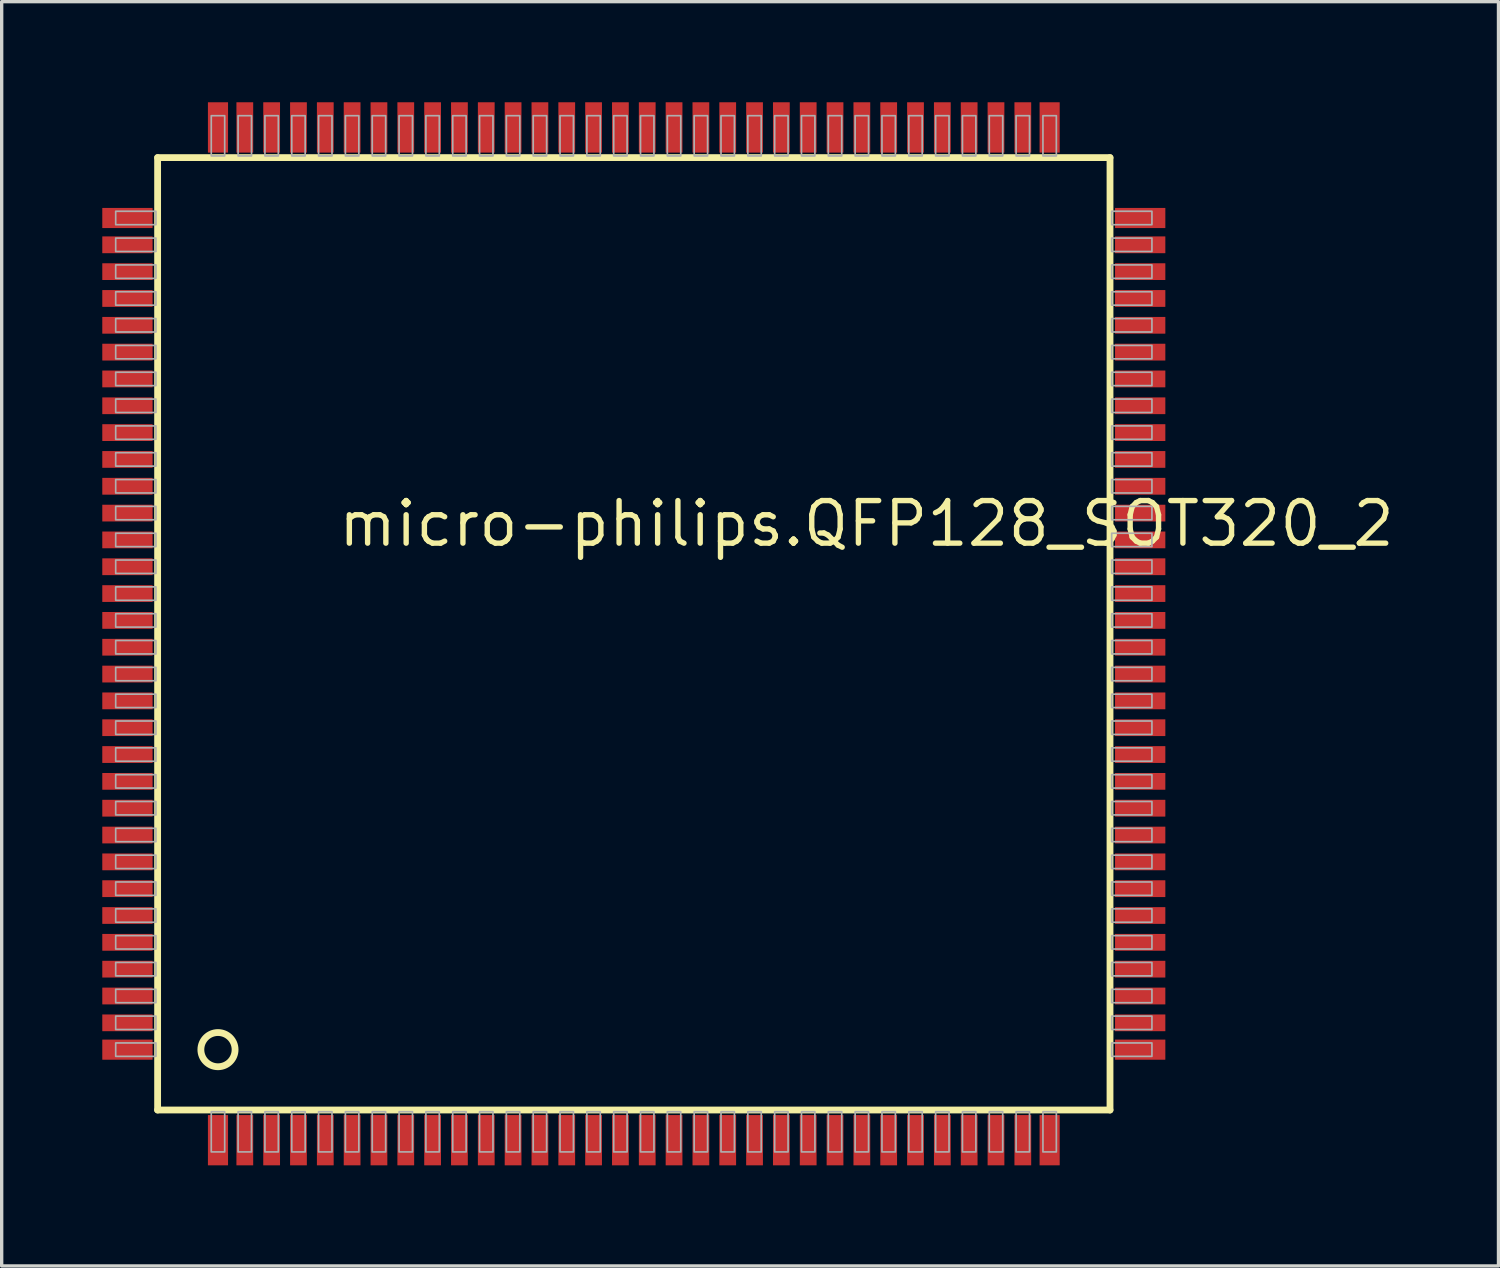
<source format=kicad_pcb>
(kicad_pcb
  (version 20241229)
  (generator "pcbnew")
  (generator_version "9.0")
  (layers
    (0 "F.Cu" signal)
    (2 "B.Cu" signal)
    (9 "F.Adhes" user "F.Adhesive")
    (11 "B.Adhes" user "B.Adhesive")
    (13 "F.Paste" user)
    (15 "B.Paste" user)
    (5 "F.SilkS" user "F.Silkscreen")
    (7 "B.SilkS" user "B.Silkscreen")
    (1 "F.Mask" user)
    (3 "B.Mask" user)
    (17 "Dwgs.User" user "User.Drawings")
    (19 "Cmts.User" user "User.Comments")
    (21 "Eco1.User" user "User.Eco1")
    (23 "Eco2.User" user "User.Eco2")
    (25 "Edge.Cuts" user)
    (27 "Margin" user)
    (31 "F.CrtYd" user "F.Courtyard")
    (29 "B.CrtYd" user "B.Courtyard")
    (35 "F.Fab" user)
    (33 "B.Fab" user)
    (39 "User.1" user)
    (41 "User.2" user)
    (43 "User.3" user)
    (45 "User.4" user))
  (footprint "micro-philips.QFP128_SOT320_2"
    (layer "F.Cu")
    (at 15.85 15.85)
    (property "Reference" "micro-philips.QFP128_SOT320_2" (at -8.89 -2.54 0) (layer "F.SilkS") (effects (font (size 1.27 1.27) (thickness 0.16)) (justify left bottom)))
    (attr smd)
    (fp_line (start -14.2 -14.2) (end 14.2 -14.2) (stroke (width 0.203) (type default)) (layer "F.SilkS"))
    (fp_line (start -14.2 14.2) (end -14.2 -14.2) (stroke (width 0.203) (type default)) (layer "F.SilkS"))
    (fp_line (start 14.2 -14.2) (end 14.2 14.2) (stroke (width 0.203) (type default)) (layer "F.SilkS"))
    (fp_line (start 14.2 14.2) (end -14.2 14.2) (stroke (width 0.203) (type default)) (layer "F.SilkS"))
    (fp_circle (center -12.4 12.4) (end -11.89 12.4) (stroke (width 0.203) (type default)) (fill no) (layer "F.SilkS"))
    (fp_rect (start -15.45 -12.2) (end -14.25 -12.6) (stroke (width 0.05) (type default)) (fill no) (layer "F.Fab"))
    (fp_rect (start -15.45 -11.4) (end -14.25 -11.8) (stroke (width 0.05) (type default)) (fill no) (layer "F.Fab"))
    (fp_rect (start -15.45 -10.6) (end -14.25 -11) (stroke (width 0.05) (type default)) (fill no) (layer "F.Fab"))
    (fp_rect (start -15.45 -9.8) (end -14.25 -10.2) (stroke (width 0.05) (type default)) (fill no) (layer "F.Fab"))
    (fp_rect (start -15.45 -9) (end -14.25 -9.4) (stroke (width 0.05) (type default)) (fill no) (layer "F.Fab"))
    (fp_rect (start -15.45 -8.2) (end -14.25 -8.6) (stroke (width 0.05) (type default)) (fill no) (layer "F.Fab"))
    (fp_rect (start -15.45 -7.4) (end -14.25 -7.8) (stroke (width 0.05) (type default)) (fill no) (layer "F.Fab"))
    (fp_rect (start -15.45 -6.6) (end -14.25 -7) (stroke (width 0.05) (type default)) (fill no) (layer "F.Fab"))
    (fp_rect (start -15.45 -5.8) (end -14.25 -6.2) (stroke (width 0.05) (type default)) (fill no) (layer "F.Fab"))
    (fp_rect (start -15.45 -5) (end -14.25 -5.4) (stroke (width 0.05) (type default)) (fill no) (layer "F.Fab"))
    (fp_rect (start -15.45 -4.2) (end -14.25 -4.6) (stroke (width 0.05) (type default)) (fill no) (layer "F.Fab"))
    (fp_rect (start -15.45 -3.4) (end -14.25 -3.8) (stroke (width 0.05) (type default)) (fill no) (layer "F.Fab"))
    (fp_rect (start -15.45 -2.6) (end -14.25 -3) (stroke (width 0.05) (type default)) (fill no) (layer "F.Fab"))
    (fp_rect (start -15.45 -1.8) (end -14.25 -2.2) (stroke (width 0.05) (type default)) (fill no) (layer "F.Fab"))
    (fp_rect (start -15.45 -1) (end -14.25 -1.4) (stroke (width 0.05) (type default)) (fill no) (layer "F.Fab"))
    (fp_rect (start -15.45 -0.2) (end -14.25 -0.6) (stroke (width 0.05) (type default)) (fill no) (layer "F.Fab"))
    (fp_rect (start -15.45 0.6) (end -14.25 0.2) (stroke (width 0.05) (type default)) (fill no) (layer "F.Fab"))
    (fp_rect (start -15.45 1.4) (end -14.25 1) (stroke (width 0.05) (type default)) (fill no) (layer "F.Fab"))
    (fp_rect (start -15.45 2.2) (end -14.25 1.8) (stroke (width 0.05) (type default)) (fill no) (layer "F.Fab"))
    (fp_rect (start -15.45 3) (end -14.25 2.6) (stroke (width 0.05) (type default)) (fill no) (layer "F.Fab"))
    (fp_rect (start -15.45 3.8) (end -14.25 3.4) (stroke (width 0.05) (type default)) (fill no) (layer "F.Fab"))
    (fp_rect (start -15.45 4.6) (end -14.25 4.2) (stroke (width 0.05) (type default)) (fill no) (layer "F.Fab"))
    (fp_rect (start -15.45 5.4) (end -14.25 5) (stroke (width 0.05) (type default)) (fill no) (layer "F.Fab"))
    (fp_rect (start -15.45 6.2) (end -14.25 5.8) (stroke (width 0.05) (type default)) (fill no) (layer "F.Fab"))
    (fp_rect (start -15.45 7) (end -14.25 6.6) (stroke (width 0.05) (type default)) (fill no) (layer "F.Fab"))
    (fp_rect (start -15.45 7.8) (end -14.25 7.4) (stroke (width 0.05) (type default)) (fill no) (layer "F.Fab"))
    (fp_rect (start -15.45 8.6) (end -14.25 8.2) (stroke (width 0.05) (type default)) (fill no) (layer "F.Fab"))
    (fp_rect (start -15.45 9.4) (end -14.25 9) (stroke (width 0.05) (type default)) (fill no) (layer "F.Fab"))
    (fp_rect (start -15.45 10.2) (end -14.25 9.8) (stroke (width 0.05) (type default)) (fill no) (layer "F.Fab"))
    (fp_rect (start -15.45 11) (end -14.25 10.6) (stroke (width 0.05) (type default)) (fill no) (layer "F.Fab"))
    (fp_rect (start -15.45 11.8) (end -14.25 11.4) (stroke (width 0.05) (type default)) (fill no) (layer "F.Fab"))
    (fp_rect (start -15.45 12.6) (end -14.25 12.2) (stroke (width 0.05) (type default)) (fill no) (layer "F.Fab"))
    (fp_rect (start -12.6 -14.25) (end -12.2 -15.45) (stroke (width 0.05) (type default)) (fill no) (layer "F.Fab"))
    (fp_rect (start -12.6 15.45) (end -12.2 14.25) (stroke (width 0.05) (type default)) (fill no) (layer "F.Fab"))
    (fp_rect (start -11.8 -14.25) (end -11.4 -15.45) (stroke (width 0.05) (type default)) (fill no) (layer "F.Fab"))
    (fp_rect (start -11.8 15.45) (end -11.4 14.25) (stroke (width 0.05) (type default)) (fill no) (layer "F.Fab"))
    (fp_rect (start -11 -14.25) (end -10.6 -15.45) (stroke (width 0.05) (type default)) (fill no) (layer "F.Fab"))
    (fp_rect (start -11 15.45) (end -10.6 14.25) (stroke (width 0.05) (type default)) (fill no) (layer "F.Fab"))
    (fp_rect (start -10.2 -14.25) (end -9.8 -15.45) (stroke (width 0.05) (type default)) (fill no) (layer "F.Fab"))
    (fp_rect (start -10.2 15.45) (end -9.8 14.25) (stroke (width 0.05) (type default)) (fill no) (layer "F.Fab"))
    (fp_rect (start -9.4 -14.25) (end -9 -15.45) (stroke (width 0.05) (type default)) (fill no) (layer "F.Fab"))
    (fp_rect (start -9.4 15.45) (end -9 14.25) (stroke (width 0.05) (type default)) (fill no) (layer "F.Fab"))
    (fp_rect (start -8.6 -14.25) (end -8.2 -15.45) (stroke (width 0.05) (type default)) (fill no) (layer "F.Fab"))
    (fp_rect (start -8.6 15.45) (end -8.2 14.25) (stroke (width 0.05) (type default)) (fill no) (layer "F.Fab"))
    (fp_rect (start -7.8 -14.25) (end -7.4 -15.45) (stroke (width 0.05) (type default)) (fill no) (layer "F.Fab"))
    (fp_rect (start -7.8 15.45) (end -7.4 14.25) (stroke (width 0.05) (type default)) (fill no) (layer "F.Fab"))
    (fp_rect (start -7 -14.25) (end -6.6 -15.45) (stroke (width 0.05) (type default)) (fill no) (layer "F.Fab"))
    (fp_rect (start -7 15.45) (end -6.6 14.25) (stroke (width 0.05) (type default)) (fill no) (layer "F.Fab"))
    (fp_rect (start -6.2 -14.25) (end -5.8 -15.45) (stroke (width 0.05) (type default)) (fill no) (layer "F.Fab"))
    (fp_rect (start -6.2 15.45) (end -5.8 14.25) (stroke (width 0.05) (type default)) (fill no) (layer "F.Fab"))
    (fp_rect (start -5.4 -14.25) (end -5 -15.45) (stroke (width 0.05) (type default)) (fill no) (layer "F.Fab"))
    (fp_rect (start -5.4 15.45) (end -5 14.25) (stroke (width 0.05) (type default)) (fill no) (layer "F.Fab"))
    (fp_rect (start -4.6 -14.25) (end -4.2 -15.45) (stroke (width 0.05) (type default)) (fill no) (layer "F.Fab"))
    (fp_rect (start -4.6 15.45) (end -4.2 14.25) (stroke (width 0.05) (type default)) (fill no) (layer "F.Fab"))
    (fp_rect (start -3.8 -14.25) (end -3.4 -15.45) (stroke (width 0.05) (type default)) (fill no) (layer "F.Fab"))
    (fp_rect (start -3.8 15.45) (end -3.4 14.25) (stroke (width 0.05) (type default)) (fill no) (layer "F.Fab"))
    (fp_rect (start -3 -14.25) (end -2.6 -15.45) (stroke (width 0.05) (type default)) (fill no) (layer "F.Fab"))
    (fp_rect (start -3 15.45) (end -2.6 14.25) (stroke (width 0.05) (type default)) (fill no) (layer "F.Fab"))
    (fp_rect (start -2.2 -14.25) (end -1.8 -15.45) (stroke (width 0.05) (type default)) (fill no) (layer "F.Fab"))
    (fp_rect (start -2.2 15.45) (end -1.8 14.25) (stroke (width 0.05) (type default)) (fill no) (layer "F.Fab"))
    (fp_rect (start -1.4 -14.25) (end -1 -15.45) (stroke (width 0.05) (type default)) (fill no) (layer "F.Fab"))
    (fp_rect (start -1.4 15.45) (end -1 14.25) (stroke (width 0.05) (type default)) (fill no) (layer "F.Fab"))
    (fp_rect (start -0.6 -14.25) (end -0.2 -15.45) (stroke (width 0.05) (type default)) (fill no) (layer "F.Fab"))
    (fp_rect (start -0.6 15.45) (end -0.2 14.25) (stroke (width 0.05) (type default)) (fill no) (layer "F.Fab"))
    (fp_rect (start 0.2 -14.25) (end 0.6 -15.45) (stroke (width 0.05) (type default)) (fill no) (layer "F.Fab"))
    (fp_rect (start 0.2 15.45) (end 0.6 14.25) (stroke (width 0.05) (type default)) (fill no) (layer "F.Fab"))
    (fp_rect (start 1 -14.25) (end 1.4 -15.45) (stroke (width 0.05) (type default)) (fill no) (layer "F.Fab"))
    (fp_rect (start 1 15.45) (end 1.4 14.25) (stroke (width 0.05) (type default)) (fill no) (layer "F.Fab"))
    (fp_rect (start 1.8 -14.25) (end 2.2 -15.45) (stroke (width 0.05) (type default)) (fill no) (layer "F.Fab"))
    (fp_rect (start 1.8 15.45) (end 2.2 14.25) (stroke (width 0.05) (type default)) (fill no) (layer "F.Fab"))
    (fp_rect (start 2.6 -14.25) (end 3 -15.45) (stroke (width 0.05) (type default)) (fill no) (layer "F.Fab"))
    (fp_rect (start 2.6 15.45) (end 3 14.25) (stroke (width 0.05) (type default)) (fill no) (layer "F.Fab"))
    (fp_rect (start 3.4 -14.25) (end 3.8 -15.45) (stroke (width 0.05) (type default)) (fill no) (layer "F.Fab"))
    (fp_rect (start 3.4 15.45) (end 3.8 14.25) (stroke (width 0.05) (type default)) (fill no) (layer "F.Fab"))
    (fp_rect (start 4.2 -14.25) (end 4.6 -15.45) (stroke (width 0.05) (type default)) (fill no) (layer "F.Fab"))
    (fp_rect (start 4.2 15.45) (end 4.6 14.25) (stroke (width 0.05) (type default)) (fill no) (layer "F.Fab"))
    (fp_rect (start 5 -14.25) (end 5.4 -15.45) (stroke (width 0.05) (type default)) (fill no) (layer "F.Fab"))
    (fp_rect (start 5 15.45) (end 5.4 14.25) (stroke (width 0.05) (type default)) (fill no) (layer "F.Fab"))
    (fp_rect (start 5.8 -14.25) (end 6.2 -15.45) (stroke (width 0.05) (type default)) (fill no) (layer "F.Fab"))
    (fp_rect (start 5.8 15.45) (end 6.2 14.25) (stroke (width 0.05) (type default)) (fill no) (layer "F.Fab"))
    (fp_rect (start 6.6 -14.25) (end 7 -15.45) (stroke (width 0.05) (type default)) (fill no) (layer "F.Fab"))
    (fp_rect (start 6.6 15.45) (end 7 14.25) (stroke (width 0.05) (type default)) (fill no) (layer "F.Fab"))
    (fp_rect (start 7.4 -14.25) (end 7.8 -15.45) (stroke (width 0.05) (type default)) (fill no) (layer "F.Fab"))
    (fp_rect (start 7.4 15.45) (end 7.8 14.25) (stroke (width 0.05) (type default)) (fill no) (layer "F.Fab"))
    (fp_rect (start 8.2 -14.25) (end 8.6 -15.45) (stroke (width 0.05) (type default)) (fill no) (layer "F.Fab"))
    (fp_rect (start 8.2 15.45) (end 8.6 14.25) (stroke (width 0.05) (type default)) (fill no) (layer "F.Fab"))
    (fp_rect (start 9 -14.25) (end 9.4 -15.45) (stroke (width 0.05) (type default)) (fill no) (layer "F.Fab"))
    (fp_rect (start 9 15.45) (end 9.4 14.25) (stroke (width 0.05) (type default)) (fill no) (layer "F.Fab"))
    (fp_rect (start 9.8 -14.25) (end 10.2 -15.45) (stroke (width 0.05) (type default)) (fill no) (layer "F.Fab"))
    (fp_rect (start 9.8 15.45) (end 10.2 14.25) (stroke (width 0.05) (type default)) (fill no) (layer "F.Fab"))
    (fp_rect (start 10.6 -14.25) (end 11 -15.45) (stroke (width 0.05) (type default)) (fill no) (layer "F.Fab"))
    (fp_rect (start 10.6 15.45) (end 11 14.25) (stroke (width 0.05) (type default)) (fill no) (layer "F.Fab"))
    (fp_rect (start 11.4 -14.25) (end 11.8 -15.45) (stroke (width 0.05) (type default)) (fill no) (layer "F.Fab"))
    (fp_rect (start 11.4 15.45) (end 11.8 14.25) (stroke (width 0.05) (type default)) (fill no) (layer "F.Fab"))
    (fp_rect (start 12.2 -14.25) (end 12.6 -15.45) (stroke (width 0.05) (type default)) (fill no) (layer "F.Fab"))
    (fp_rect (start 12.2 15.45) (end 12.6 14.25) (stroke (width 0.05) (type default)) (fill no) (layer "F.Fab"))
    (fp_rect (start 14.25 -12.2) (end 15.45 -12.6) (stroke (width 0.05) (type default)) (fill no) (layer "F.Fab"))
    (fp_rect (start 14.25 -11.4) (end 15.45 -11.8) (stroke (width 0.05) (type default)) (fill no) (layer "F.Fab"))
    (fp_rect (start 14.25 -10.6) (end 15.45 -11) (stroke (width 0.05) (type default)) (fill no) (layer "F.Fab"))
    (fp_rect (start 14.25 -9.8) (end 15.45 -10.2) (stroke (width 0.05) (type default)) (fill no) (layer "F.Fab"))
    (fp_rect (start 14.25 -9) (end 15.45 -9.4) (stroke (width 0.05) (type default)) (fill no) (layer "F.Fab"))
    (fp_rect (start 14.25 -8.2) (end 15.45 -8.6) (stroke (width 0.05) (type default)) (fill no) (layer "F.Fab"))
    (fp_rect (start 14.25 -7.4) (end 15.45 -7.8) (stroke (width 0.05) (type default)) (fill no) (layer "F.Fab"))
    (fp_rect (start 14.25 -6.6) (end 15.45 -7) (stroke (width 0.05) (type default)) (fill no) (layer "F.Fab"))
    (fp_rect (start 14.25 -5.8) (end 15.45 -6.2) (stroke (width 0.05) (type default)) (fill no) (layer "F.Fab"))
    (fp_rect (start 14.25 -5) (end 15.45 -5.4) (stroke (width 0.05) (type default)) (fill no) (layer "F.Fab"))
    (fp_rect (start 14.25 -4.2) (end 15.45 -4.6) (stroke (width 0.05) (type default)) (fill no) (layer "F.Fab"))
    (fp_rect (start 14.25 -3.4) (end 15.45 -3.8) (stroke (width 0.05) (type default)) (fill no) (layer "F.Fab"))
    (fp_rect (start 14.25 -2.6) (end 15.45 -3) (stroke (width 0.05) (type default)) (fill no) (layer "F.Fab"))
    (fp_rect (start 14.25 -1.8) (end 15.45 -2.2) (stroke (width 0.05) (type default)) (fill no) (layer "F.Fab"))
    (fp_rect (start 14.25 -1) (end 15.45 -1.4) (stroke (width 0.05) (type default)) (fill no) (layer "F.Fab"))
    (fp_rect (start 14.25 -0.2) (end 15.45 -0.6) (stroke (width 0.05) (type default)) (fill no) (layer "F.Fab"))
    (fp_rect (start 14.25 0.6) (end 15.45 0.2) (stroke (width 0.05) (type default)) (fill no) (layer "F.Fab"))
    (fp_rect (start 14.25 1.4) (end 15.45 1) (stroke (width 0.05) (type default)) (fill no) (layer "F.Fab"))
    (fp_rect (start 14.25 2.2) (end 15.45 1.8) (stroke (width 0.05) (type default)) (fill no) (layer "F.Fab"))
    (fp_rect (start 14.25 3) (end 15.45 2.6) (stroke (width 0.05) (type default)) (fill no) (layer "F.Fab"))
    (fp_rect (start 14.25 3.8) (end 15.45 3.4) (stroke (width 0.05) (type default)) (fill no) (layer "F.Fab"))
    (fp_rect (start 14.25 4.6) (end 15.45 4.2) (stroke (width 0.05) (type default)) (fill no) (layer "F.Fab"))
    (fp_rect (start 14.25 5.4) (end 15.45 5) (stroke (width 0.05) (type default)) (fill no) (layer "F.Fab"))
    (fp_rect (start 14.25 6.2) (end 15.45 5.8) (stroke (width 0.05) (type default)) (fill no) (layer "F.Fab"))
    (fp_rect (start 14.25 7) (end 15.45 6.6) (stroke (width 0.05) (type default)) (fill no) (layer "F.Fab"))
    (fp_rect (start 14.25 7.8) (end 15.45 7.4) (stroke (width 0.05) (type default)) (fill no) (layer "F.Fab"))
    (fp_rect (start 14.25 8.6) (end 15.45 8.2) (stroke (width 0.05) (type default)) (fill no) (layer "F.Fab"))
    (fp_rect (start 14.25 9.4) (end 15.45 9) (stroke (width 0.05) (type default)) (fill no) (layer "F.Fab"))
    (fp_rect (start 14.25 10.2) (end 15.45 9.8) (stroke (width 0.05) (type default)) (fill no) (layer "F.Fab"))
    (fp_rect (start 14.25 11) (end 15.45 10.6) (stroke (width 0.05) (type default)) (fill no) (layer "F.Fab"))
    (fp_rect (start 14.25 11.8) (end 15.45 11.4) (stroke (width 0.05) (type default)) (fill no) (layer "F.Fab"))
    (fp_rect (start 14.25 12.6) (end 15.45 12.2) (stroke (width 0.05) (type default)) (fill no) (layer "F.Fab"))
    (pad "1" smd roundrect (at -12.4 15.1) (size 0.6 1.5) (layers "F.Cu" "F.Mask" "F.Paste") (roundrect_rratio 0.01))
    (pad "2" smd roundrect (at -11.6 15.1) (size 0.5 1.5) (layers "F.Cu" "F.Mask" "F.Paste") (roundrect_rratio 0.01))
    (pad "3" smd roundrect (at -10.8 15.1) (size 0.5 1.5) (layers "F.Cu" "F.Mask" "F.Paste") (roundrect_rratio 0.01))
    (pad "4" smd roundrect (at -10 15.1) (size 0.5 1.5) (layers "F.Cu" "F.Mask" "F.Paste") (roundrect_rratio 0.01))
    (pad "5" smd roundrect (at -9.2 15.1) (size 0.5 1.5) (layers "F.Cu" "F.Mask" "F.Paste") (roundrect_rratio 0.01))
    (pad "6" smd roundrect (at -8.4 15.1) (size 0.5 1.5) (layers "F.Cu" "F.Mask" "F.Paste") (roundrect_rratio 0.01))
    (pad "7" smd roundrect (at -7.6 15.1) (size 0.5 1.5) (layers "F.Cu" "F.Mask" "F.Paste") (roundrect_rratio 0.01))
    (pad "8" smd roundrect (at -6.8 15.1) (size 0.5 1.5) (layers "F.Cu" "F.Mask" "F.Paste") (roundrect_rratio 0.01))
    (pad "9" smd roundrect (at -6 15.1) (size 0.5 1.5) (layers "F.Cu" "F.Mask" "F.Paste") (roundrect_rratio 0.01))
    (pad "10" smd roundrect (at -5.2 15.1) (size 0.5 1.5) (layers "F.Cu" "F.Mask" "F.Paste") (roundrect_rratio 0.01))
    (pad "11" smd roundrect (at -4.4 15.1) (size 0.5 1.5) (layers "F.Cu" "F.Mask" "F.Paste") (roundrect_rratio 0.01))
    (pad "12" smd roundrect (at -3.6 15.1) (size 0.5 1.5) (layers "F.Cu" "F.Mask" "F.Paste") (roundrect_rratio 0.01))
    (pad "13" smd roundrect (at -2.8 15.1) (size 0.5 1.5) (layers "F.Cu" "F.Mask" "F.Paste") (roundrect_rratio 0.01))
    (pad "14" smd roundrect (at -2 15.1) (size 0.5 1.5) (layers "F.Cu" "F.Mask" "F.Paste") (roundrect_rratio 0.01))
    (pad "15" smd roundrect (at -1.2 15.1) (size 0.5 1.5) (layers "F.Cu" "F.Mask" "F.Paste") (roundrect_rratio 0.01))
    (pad "16" smd roundrect (at -0.4 15.1) (size 0.5 1.5) (layers "F.Cu" "F.Mask" "F.Paste") (roundrect_rratio 0.01))
    (pad "17" smd roundrect (at 0.4 15.1) (size 0.5 1.5) (layers "F.Cu" "F.Mask" "F.Paste") (roundrect_rratio 0.01))
    (pad "18" smd roundrect (at 1.2 15.1) (size 0.5 1.5) (layers "F.Cu" "F.Mask" "F.Paste") (roundrect_rratio 0.01))
    (pad "19" smd roundrect (at 2 15.1) (size 0.5 1.5) (layers "F.Cu" "F.Mask" "F.Paste") (roundrect_rratio 0.01))
    (pad "20" smd roundrect (at 2.8 15.1) (size 0.5 1.5) (layers "F.Cu" "F.Mask" "F.Paste") (roundrect_rratio 0.01))
    (pad "21" smd roundrect (at 3.6 15.1) (size 0.5 1.5) (layers "F.Cu" "F.Mask" "F.Paste") (roundrect_rratio 0.01))
    (pad "22" smd roundrect (at 4.4 15.1) (size 0.5 1.5) (layers "F.Cu" "F.Mask" "F.Paste") (roundrect_rratio 0.01))
    (pad "23" smd roundrect (at 5.2 15.1) (size 0.5 1.5) (layers "F.Cu" "F.Mask" "F.Paste") (roundrect_rratio 0.01))
    (pad "24" smd roundrect (at 6 15.1) (size 0.5 1.5) (layers "F.Cu" "F.Mask" "F.Paste") (roundrect_rratio 0.01))
    (pad "25" smd roundrect (at 6.8 15.1) (size 0.5 1.5) (layers "F.Cu" "F.Mask" "F.Paste") (roundrect_rratio 0.01))
    (pad "26" smd roundrect (at 7.6 15.1) (size 0.5 1.5) (layers "F.Cu" "F.Mask" "F.Paste") (roundrect_rratio 0.01))
    (pad "27" smd roundrect (at 8.4 15.1) (size 0.5 1.5) (layers "F.Cu" "F.Mask" "F.Paste") (roundrect_rratio 0.01))
    (pad "28" smd roundrect (at 9.2 15.1) (size 0.5 1.5) (layers "F.Cu" "F.Mask" "F.Paste") (roundrect_rratio 0.01))
    (pad "29" smd roundrect (at 10 15.1) (size 0.5 1.5) (layers "F.Cu" "F.Mask" "F.Paste") (roundrect_rratio 0.01))
    (pad "30" smd roundrect (at 10.8 15.1) (size 0.5 1.5) (layers "F.Cu" "F.Mask" "F.Paste") (roundrect_rratio 0.01))
    (pad "31" smd roundrect (at 11.6 15.1) (size 0.5 1.5) (layers "F.Cu" "F.Mask" "F.Paste") (roundrect_rratio 0.01))
    (pad "32" smd roundrect (at 12.4 15.1) (size 0.6 1.5) (layers "F.Cu" "F.Mask" "F.Paste") (roundrect_rratio 0.01))
    (pad "33" smd roundrect (at 15.1 12.4) (size 1.5 0.6) (layers "F.Cu" "F.Mask" "F.Paste") (roundrect_rratio 0.01))
    (pad "34" smd roundrect (at 15.1 11.6) (size 1.5 0.5) (layers "F.Cu" "F.Mask" "F.Paste") (roundrect_rratio 0.01))
    (pad "35" smd roundrect (at 15.1 10.8) (size 1.5 0.5) (layers "F.Cu" "F.Mask" "F.Paste") (roundrect_rratio 0.01))
    (pad "36" smd roundrect (at 15.1 10) (size 1.5 0.5) (layers "F.Cu" "F.Mask" "F.Paste") (roundrect_rratio 0.01))
    (pad "37" smd roundrect (at 15.1 9.2) (size 1.5 0.5) (layers "F.Cu" "F.Mask" "F.Paste") (roundrect_rratio 0.01))
    (pad "38" smd roundrect (at 15.1 8.4) (size 1.5 0.5) (layers "F.Cu" "F.Mask" "F.Paste") (roundrect_rratio 0.01))
    (pad "39" smd roundrect (at 15.1 7.6) (size 1.5 0.5) (layers "F.Cu" "F.Mask" "F.Paste") (roundrect_rratio 0.01))
    (pad "40" smd roundrect (at 15.1 6.8) (size 1.5 0.5) (layers "F.Cu" "F.Mask" "F.Paste") (roundrect_rratio 0.01))
    (pad "41" smd roundrect (at 15.1 6) (size 1.5 0.5) (layers "F.Cu" "F.Mask" "F.Paste") (roundrect_rratio 0.01))
    (pad "42" smd roundrect (at 15.1 5.2) (size 1.5 0.5) (layers "F.Cu" "F.Mask" "F.Paste") (roundrect_rratio 0.01))
    (pad "43" smd roundrect (at 15.1 4.4) (size 1.5 0.5) (layers "F.Cu" "F.Mask" "F.Paste") (roundrect_rratio 0.01))
    (pad "44" smd roundrect (at 15.1 3.6) (size 1.5 0.5) (layers "F.Cu" "F.Mask" "F.Paste") (roundrect_rratio 0.01))
    (pad "45" smd roundrect (at 15.1 2.8) (size 1.5 0.5) (layers "F.Cu" "F.Mask" "F.Paste") (roundrect_rratio 0.01))
    (pad "46" smd roundrect (at 15.1 2) (size 1.5 0.5) (layers "F.Cu" "F.Mask" "F.Paste") (roundrect_rratio 0.01))
    (pad "47" smd roundrect (at 15.1 1.2) (size 1.5 0.5) (layers "F.Cu" "F.Mask" "F.Paste") (roundrect_rratio 0.01))
    (pad "48" smd roundrect (at 15.1 0.4) (size 1.5 0.5) (layers "F.Cu" "F.Mask" "F.Paste") (roundrect_rratio 0.01))
    (pad "49" smd roundrect (at 15.1 -0.4) (size 1.5 0.5) (layers "F.Cu" "F.Mask" "F.Paste") (roundrect_rratio 0.01))
    (pad "50" smd roundrect (at 15.1 -1.2) (size 1.5 0.5) (layers "F.Cu" "F.Mask" "F.Paste") (roundrect_rratio 0.01))
    (pad "51" smd roundrect (at 15.1 -2) (size 1.5 0.5) (layers "F.Cu" "F.Mask" "F.Paste") (roundrect_rratio 0.01))
    (pad "52" smd roundrect (at 15.1 -2.8) (size 1.5 0.5) (layers "F.Cu" "F.Mask" "F.Paste") (roundrect_rratio 0.01))
    (pad "53" smd roundrect (at 15.1 -3.6) (size 1.5 0.5) (layers "F.Cu" "F.Mask" "F.Paste") (roundrect_rratio 0.01))
    (pad "54" smd roundrect (at 15.1 -4.4) (size 1.5 0.5) (layers "F.Cu" "F.Mask" "F.Paste") (roundrect_rratio 0.01))
    (pad "55" smd roundrect (at 15.1 -5.2) (size 1.5 0.5) (layers "F.Cu" "F.Mask" "F.Paste") (roundrect_rratio 0.01))
    (pad "56" smd roundrect (at 15.1 -6) (size 1.5 0.5) (layers "F.Cu" "F.Mask" "F.Paste") (roundrect_rratio 0.01))
    (pad "57" smd roundrect (at 15.1 -6.8) (size 1.5 0.5) (layers "F.Cu" "F.Mask" "F.Paste") (roundrect_rratio 0.01))
    (pad "58" smd roundrect (at 15.1 -7.6) (size 1.5 0.5) (layers "F.Cu" "F.Mask" "F.Paste") (roundrect_rratio 0.01))
    (pad "59" smd roundrect (at 15.1 -8.4) (size 1.5 0.5) (layers "F.Cu" "F.Mask" "F.Paste") (roundrect_rratio 0.01))
    (pad "60" smd roundrect (at 15.1 -9.2) (size 1.5 0.5) (layers "F.Cu" "F.Mask" "F.Paste") (roundrect_rratio 0.01))
    (pad "61" smd roundrect (at 15.1 -10) (size 1.5 0.5) (layers "F.Cu" "F.Mask" "F.Paste") (roundrect_rratio 0.01))
    (pad "62" smd roundrect (at 15.1 -10.8) (size 1.5 0.5) (layers "F.Cu" "F.Mask" "F.Paste") (roundrect_rratio 0.01))
    (pad "63" smd roundrect (at 15.1 -11.6) (size 1.5 0.5) (layers "F.Cu" "F.Mask" "F.Paste") (roundrect_rratio 0.01))
    (pad "64" smd roundrect (at 15.1 -12.4) (size 1.5 0.6) (layers "F.Cu" "F.Mask" "F.Paste") (roundrect_rratio 0.01))
    (pad "65" smd roundrect (at 12.4 -15.1) (size 0.6 1.5) (layers "F.Cu" "F.Mask" "F.Paste") (roundrect_rratio 0.01))
    (pad "66" smd roundrect (at 11.6 -15.1) (size 0.5 1.5) (layers "F.Cu" "F.Mask" "F.Paste") (roundrect_rratio 0.01))
    (pad "67" smd roundrect (at 10.8 -15.1) (size 0.5 1.5) (layers "F.Cu" "F.Mask" "F.Paste") (roundrect_rratio 0.01))
    (pad "68" smd roundrect (at 10 -15.1) (size 0.5 1.5) (layers "F.Cu" "F.Mask" "F.Paste") (roundrect_rratio 0.01))
    (pad "69" smd roundrect (at 9.2 -15.1) (size 0.5 1.5) (layers "F.Cu" "F.Mask" "F.Paste") (roundrect_rratio 0.01))
    (pad "70" smd roundrect (at 8.4 -15.1) (size 0.5 1.5) (layers "F.Cu" "F.Mask" "F.Paste") (roundrect_rratio 0.01))
    (pad "71" smd roundrect (at 7.6 -15.1) (size 0.5 1.5) (layers "F.Cu" "F.Mask" "F.Paste") (roundrect_rratio 0.01))
    (pad "72" smd roundrect (at 6.8 -15.1) (size 0.5 1.5) (layers "F.Cu" "F.Mask" "F.Paste") (roundrect_rratio 0.01))
    (pad "73" smd roundrect (at 6 -15.1) (size 0.5 1.5) (layers "F.Cu" "F.Mask" "F.Paste") (roundrect_rratio 0.01))
    (pad "74" smd roundrect (at 5.2 -15.1) (size 0.5 1.5) (layers "F.Cu" "F.Mask" "F.Paste") (roundrect_rratio 0.01))
    (pad "75" smd roundrect (at 4.4 -15.1) (size 0.5 1.5) (layers "F.Cu" "F.Mask" "F.Paste") (roundrect_rratio 0.01))
    (pad "76" smd roundrect (at 3.6 -15.1) (size 0.5 1.5) (layers "F.Cu" "F.Mask" "F.Paste") (roundrect_rratio 0.01))
    (pad "77" smd roundrect (at 2.8 -15.1) (size 0.5 1.5) (layers "F.Cu" "F.Mask" "F.Paste") (roundrect_rratio 0.01))
    (pad "78" smd roundrect (at 2 -15.1) (size 0.5 1.5) (layers "F.Cu" "F.Mask" "F.Paste") (roundrect_rratio 0.01))
    (pad "79" smd roundrect (at 1.2 -15.1) (size 0.5 1.5) (layers "F.Cu" "F.Mask" "F.Paste") (roundrect_rratio 0.01))
    (pad "80" smd roundrect (at 0.4 -15.1) (size 0.5 1.5) (layers "F.Cu" "F.Mask" "F.Paste") (roundrect_rratio 0.01))
    (pad "81" smd roundrect (at -0.4 -15.1) (size 0.5 1.5) (layers "F.Cu" "F.Mask" "F.Paste") (roundrect_rratio 0.01))
    (pad "82" smd roundrect (at -1.2 -15.1) (size 0.5 1.5) (layers "F.Cu" "F.Mask" "F.Paste") (roundrect_rratio 0.01))
    (pad "83" smd roundrect (at -2 -15.1) (size 0.5 1.5) (layers "F.Cu" "F.Mask" "F.Paste") (roundrect_rratio 0.01))
    (pad "84" smd roundrect (at -2.8 -15.1) (size 0.5 1.5) (layers "F.Cu" "F.Mask" "F.Paste") (roundrect_rratio 0.01))
    (pad "85" smd roundrect (at -3.6 -15.1) (size 0.5 1.5) (layers "F.Cu" "F.Mask" "F.Paste") (roundrect_rratio 0.01))
    (pad "86" smd roundrect (at -4.4 -15.1) (size 0.5 1.5) (layers "F.Cu" "F.Mask" "F.Paste") (roundrect_rratio 0.01))
    (pad "87" smd roundrect (at -5.2 -15.1) (size 0.5 1.5) (layers "F.Cu" "F.Mask" "F.Paste") (roundrect_rratio 0.01))
    (pad "88" smd roundrect (at -6 -15.1) (size 0.5 1.5) (layers "F.Cu" "F.Mask" "F.Paste") (roundrect_rratio 0.01))
    (pad "89" smd roundrect (at -6.8 -15.1) (size 0.5 1.5) (layers "F.Cu" "F.Mask" "F.Paste") (roundrect_rratio 0.01))
    (pad "90" smd roundrect (at -7.6 -15.1) (size 0.5 1.5) (layers "F.Cu" "F.Mask" "F.Paste") (roundrect_rratio 0.01))
    (pad "91" smd roundrect (at -8.4 -15.1) (size 0.5 1.5) (layers "F.Cu" "F.Mask" "F.Paste") (roundrect_rratio 0.01))
    (pad "92" smd roundrect (at -9.2 -15.1) (size 0.5 1.5) (layers "F.Cu" "F.Mask" "F.Paste") (roundrect_rratio 0.01))
    (pad "93" smd roundrect (at -10 -15.1) (size 0.5 1.5) (layers "F.Cu" "F.Mask" "F.Paste") (roundrect_rratio 0.01))
    (pad "94" smd roundrect (at -10.8 -15.1) (size 0.5 1.5) (layers "F.Cu" "F.Mask" "F.Paste") (roundrect_rratio 0.01))
    (pad "95" smd roundrect (at -11.6 -15.1) (size 0.5 1.5) (layers "F.Cu" "F.Mask" "F.Paste") (roundrect_rratio 0.01))
    (pad "96" smd roundrect (at -12.4 -15.1) (size 0.6 1.5) (layers "F.Cu" "F.Mask" "F.Paste") (roundrect_rratio 0.01))
    (pad "97" smd roundrect (at -15.1 -12.4) (size 1.5 0.6) (layers "F.Cu" "F.Mask" "F.Paste") (roundrect_rratio 0.01))
    (pad "98" smd roundrect (at -15.1 -11.6) (size 1.5 0.5) (layers "F.Cu" "F.Mask" "F.Paste") (roundrect_rratio 0.01))
    (pad "99" smd roundrect (at -15.1 -10.8) (size 1.5 0.5) (layers "F.Cu" "F.Mask" "F.Paste") (roundrect_rratio 0.01))
    (pad "100" smd roundrect (at -15.1 -10) (size 1.5 0.5) (layers "F.Cu" "F.Mask" "F.Paste") (roundrect_rratio 0.01))
    (pad "101" smd roundrect (at -15.1 -9.2) (size 1.5 0.5) (layers "F.Cu" "F.Mask" "F.Paste") (roundrect_rratio 0.01))
    (pad "102" smd roundrect (at -15.1 -8.4) (size 1.5 0.5) (layers "F.Cu" "F.Mask" "F.Paste") (roundrect_rratio 0.01))
    (pad "103" smd roundrect (at -15.1 -7.6) (size 1.5 0.5) (layers "F.Cu" "F.Mask" "F.Paste") (roundrect_rratio 0.01))
    (pad "104" smd roundrect (at -15.1 -6.8) (size 1.5 0.5) (layers "F.Cu" "F.Mask" "F.Paste") (roundrect_rratio 0.01))
    (pad "105" smd roundrect (at -15.1 -6) (size 1.5 0.5) (layers "F.Cu" "F.Mask" "F.Paste") (roundrect_rratio 0.01))
    (pad "106" smd roundrect (at -15.1 -5.2) (size 1.5 0.5) (layers "F.Cu" "F.Mask" "F.Paste") (roundrect_rratio 0.01))
    (pad "107" smd roundrect (at -15.1 -4.4) (size 1.5 0.5) (layers "F.Cu" "F.Mask" "F.Paste") (roundrect_rratio 0.01))
    (pad "108" smd roundrect (at -15.1 -3.6) (size 1.5 0.5) (layers "F.Cu" "F.Mask" "F.Paste") (roundrect_rratio 0.01))
    (pad "109" smd roundrect (at -15.1 -2.8) (size 1.5 0.5) (layers "F.Cu" "F.Mask" "F.Paste") (roundrect_rratio 0.01))
    (pad "110" smd roundrect (at -15.1 -2) (size 1.5 0.5) (layers "F.Cu" "F.Mask" "F.Paste") (roundrect_rratio 0.01))
    (pad "111" smd roundrect (at -15.1 -1.2) (size 1.5 0.5) (layers "F.Cu" "F.Mask" "F.Paste") (roundrect_rratio 0.01))
    (pad "112" smd roundrect (at -15.1 -0.4) (size 1.5 0.5) (layers "F.Cu" "F.Mask" "F.Paste") (roundrect_rratio 0.01))
    (pad "113" smd roundrect (at -15.1 0.4) (size 1.5 0.5) (layers "F.Cu" "F.Mask" "F.Paste") (roundrect_rratio 0.01))
    (pad "114" smd roundrect (at -15.1 1.2) (size 1.5 0.5) (layers "F.Cu" "F.Mask" "F.Paste") (roundrect_rratio 0.01))
    (pad "115" smd roundrect (at -15.1 2) (size 1.5 0.5) (layers "F.Cu" "F.Mask" "F.Paste") (roundrect_rratio 0.01))
    (pad "116" smd roundrect (at -15.1 2.8) (size 1.5 0.5) (layers "F.Cu" "F.Mask" "F.Paste") (roundrect_rratio 0.01))
    (pad "117" smd roundrect (at -15.1 3.6) (size 1.5 0.5) (layers "F.Cu" "F.Mask" "F.Paste") (roundrect_rratio 0.01))
    (pad "118" smd roundrect (at -15.1 4.4) (size 1.5 0.5) (layers "F.Cu" "F.Mask" "F.Paste") (roundrect_rratio 0.01))
    (pad "119" smd roundrect (at -15.1 5.2) (size 1.5 0.5) (layers "F.Cu" "F.Mask" "F.Paste") (roundrect_rratio 0.01))
    (pad "120" smd roundrect (at -15.1 6) (size 1.5 0.5) (layers "F.Cu" "F.Mask" "F.Paste") (roundrect_rratio 0.01))
    (pad "121" smd roundrect (at -15.1 6.8) (size 1.5 0.5) (layers "F.Cu" "F.Mask" "F.Paste") (roundrect_rratio 0.01))
    (pad "122" smd roundrect (at -15.1 7.6) (size 1.5 0.5) (layers "F.Cu" "F.Mask" "F.Paste") (roundrect_rratio 0.01))
    (pad "123" smd roundrect (at -15.1 8.4) (size 1.5 0.5) (layers "F.Cu" "F.Mask" "F.Paste") (roundrect_rratio 0.01))
    (pad "124" smd roundrect (at -15.1 9.2) (size 1.5 0.5) (layers "F.Cu" "F.Mask" "F.Paste") (roundrect_rratio 0.01))
    (pad "125" smd roundrect (at -15.1 10) (size 1.5 0.5) (layers "F.Cu" "F.Mask" "F.Paste") (roundrect_rratio 0.01))
    (pad "126" smd roundrect (at -15.1 10.8) (size 1.5 0.5) (layers "F.Cu" "F.Mask" "F.Paste") (roundrect_rratio 0.01))
    (pad "127" smd roundrect (at -15.1 11.6) (size 1.5 0.5) (layers "F.Cu" "F.Mask" "F.Paste") (roundrect_rratio 0.01))
    (pad "128" smd roundrect (at -15.1 12.4) (size 1.5 0.6) (layers "F.Cu" "F.Mask" "F.Paste") (roundrect_rratio 0.01)))
  (gr_rect
    (start -3 -3)
    (end 41.634 34.7)
    (stroke (width 0.1) (type default))
    (fill no)
    (layer "Edge.Cuts")))
</source>
